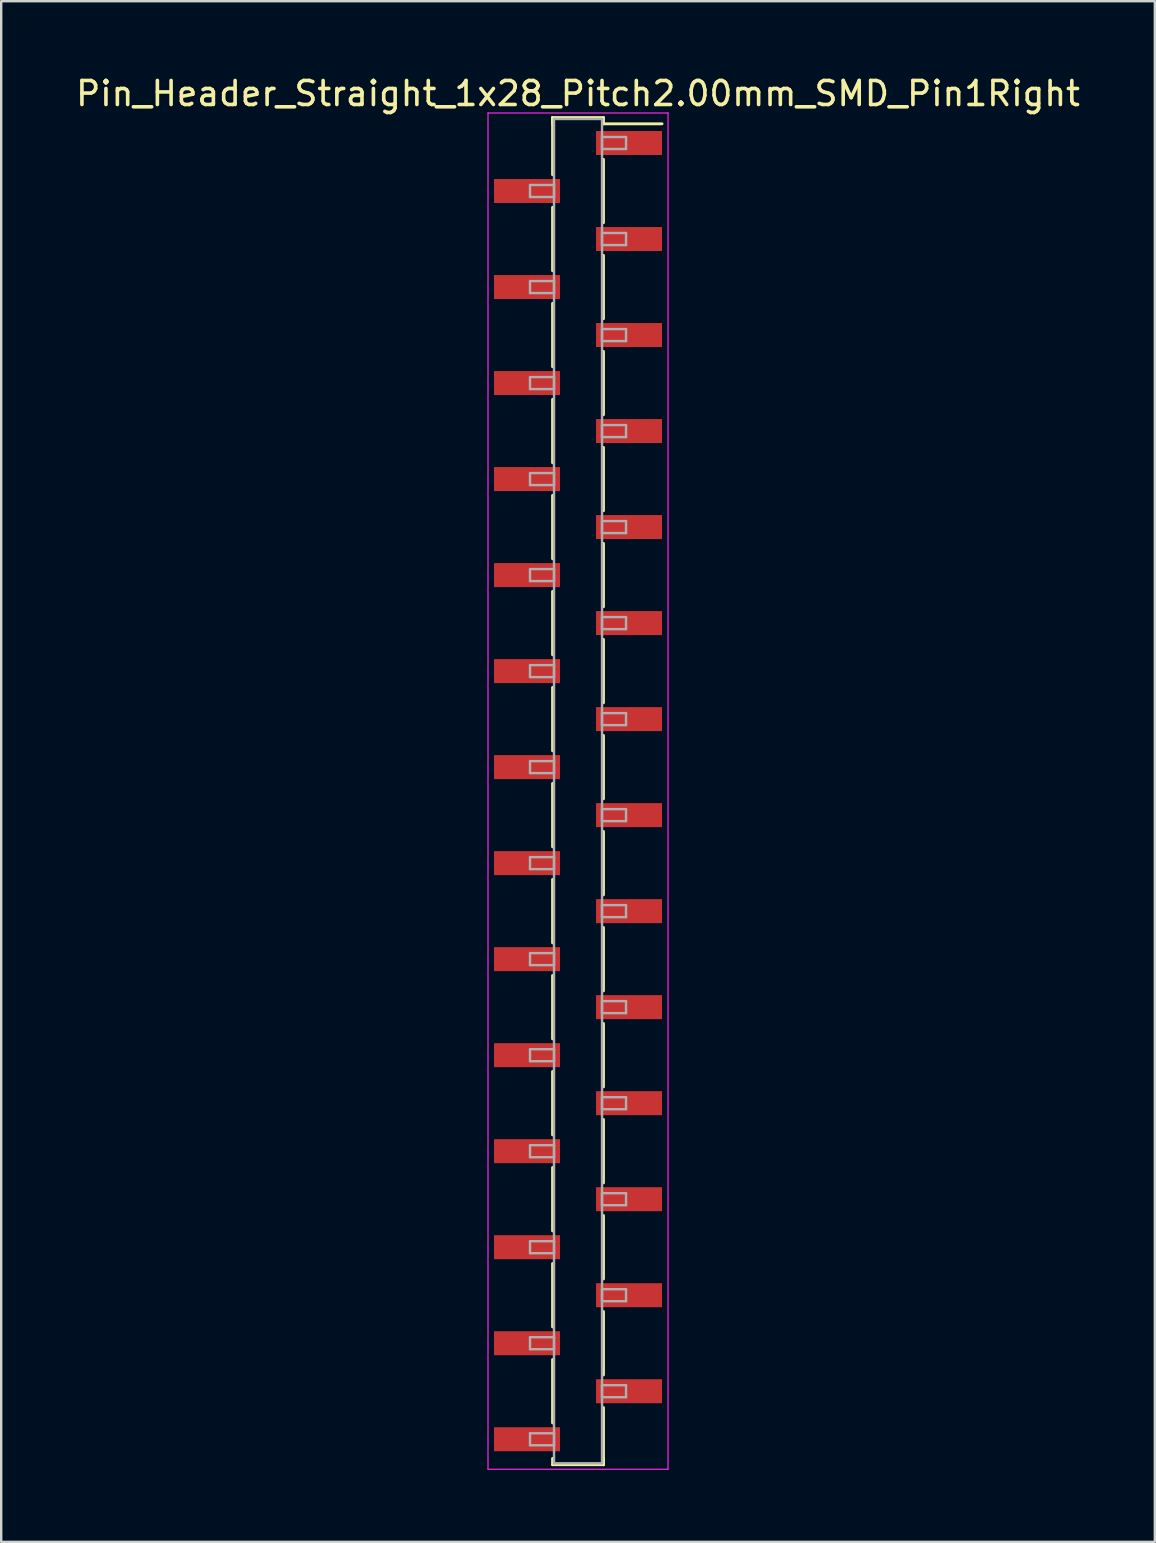
<source format=kicad_pcb>
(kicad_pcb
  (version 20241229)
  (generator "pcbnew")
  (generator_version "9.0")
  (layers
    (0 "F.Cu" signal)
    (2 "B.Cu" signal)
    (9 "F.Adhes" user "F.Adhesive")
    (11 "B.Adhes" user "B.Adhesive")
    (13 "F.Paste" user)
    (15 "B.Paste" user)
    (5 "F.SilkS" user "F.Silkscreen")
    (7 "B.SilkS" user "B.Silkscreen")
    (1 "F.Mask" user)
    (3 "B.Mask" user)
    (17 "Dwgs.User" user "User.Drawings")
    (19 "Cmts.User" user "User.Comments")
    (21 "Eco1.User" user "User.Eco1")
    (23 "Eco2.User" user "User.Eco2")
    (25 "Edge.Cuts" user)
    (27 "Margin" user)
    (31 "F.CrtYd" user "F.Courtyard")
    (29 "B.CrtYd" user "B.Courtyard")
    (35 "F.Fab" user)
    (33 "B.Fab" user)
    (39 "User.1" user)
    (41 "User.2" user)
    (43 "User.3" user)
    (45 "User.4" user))
  (footprint "Pin_Header_Straight_1x28_Pitch2.00mm_SMD_Pin1Right"
    (layer "F.Cu")
    (at 21.03 29.908)
    (property "Reference" "Pin_Header_Straight_1x28_Pitch2.00mm_SMD_Pin1Right" (at 0 -29.06 0) (layer "F.SilkS") (effects (font (size 1 1) (thickness 0.15))))
    (attr smd)
    (fp_line (start -1.06 -28.06) (end -1.06 -25.68) (stroke (width 0.12) (type solid)) (layer "F.SilkS"))
    (fp_line (start -1.06 -28.06) (end 1.06 -28.06) (stroke (width 0.12) (type solid)) (layer "F.SilkS"))
    (fp_line (start -1.06 -27.8) (end -1.06 -28.06) (stroke (width 0.12) (type solid)) (layer "F.SilkS"))
    (fp_line (start -1.06 -24.32) (end -1.06 -21.68) (stroke (width 0.12) (type solid)) (layer "F.SilkS"))
    (fp_line (start -1.06 -20.32) (end -1.06 -17.68) (stroke (width 0.12) (type solid)) (layer "F.SilkS"))
    (fp_line (start -1.06 -16.32) (end -1.06 -13.68) (stroke (width 0.12) (type solid)) (layer "F.SilkS"))
    (fp_line (start -1.06 -12.32) (end -1.06 -9.68) (stroke (width 0.12) (type solid)) (layer "F.SilkS"))
    (fp_line (start -1.06 -8.32) (end -1.06 -5.68) (stroke (width 0.12) (type solid)) (layer "F.SilkS"))
    (fp_line (start -1.06 -4.32) (end -1.06 -1.68) (stroke (width 0.12) (type solid)) (layer "F.SilkS"))
    (fp_line (start -1.06 -0.32) (end -1.06 2.32) (stroke (width 0.12) (type solid)) (layer "F.SilkS"))
    (fp_line (start -1.06 3.68) (end -1.06 6.32) (stroke (width 0.12) (type solid)) (layer "F.SilkS"))
    (fp_line (start -1.06 7.68) (end -1.06 10.32) (stroke (width 0.12) (type solid)) (layer "F.SilkS"))
    (fp_line (start -1.06 11.68) (end -1.06 14.32) (stroke (width 0.12) (type solid)) (layer "F.SilkS"))
    (fp_line (start -1.06 15.68) (end -1.06 18.32) (stroke (width 0.12) (type solid)) (layer "F.SilkS"))
    (fp_line (start -1.06 19.68) (end -1.06 22.32) (stroke (width 0.12) (type solid)) (layer "F.SilkS"))
    (fp_line (start -1.06 23.68) (end -1.06 26.32) (stroke (width 0.12) (type solid)) (layer "F.SilkS"))
    (fp_line (start -1.06 27.8) (end -1.06 28.06) (stroke (width 0.12) (type solid)) (layer "F.SilkS"))
    (fp_line (start -1.06 28.06) (end 1.06 28.06) (stroke (width 0.12) (type solid)) (layer "F.SilkS"))
    (fp_line (start 1.06 -28.06) (end 1.06 -27.8) (stroke (width 0.12) (type solid)) (layer "F.SilkS"))
    (fp_line (start 1.06 -27.8) (end 3.5 -27.8) (stroke (width 0.12) (type solid)) (layer "F.SilkS"))
    (fp_line (start 1.06 -26.32) (end 1.06 -23.68) (stroke (width 0.12) (type solid)) (layer "F.SilkS"))
    (fp_line (start 1.06 -22.32) (end 1.06 -19.68) (stroke (width 0.12) (type solid)) (layer "F.SilkS"))
    (fp_line (start 1.06 -18.32) (end 1.06 -15.68) (stroke (width 0.12) (type solid)) (layer "F.SilkS"))
    (fp_line (start 1.06 -14.32) (end 1.06 -11.68) (stroke (width 0.12) (type solid)) (layer "F.SilkS"))
    (fp_line (start 1.06 -10.32) (end 1.06 -7.68) (stroke (width 0.12) (type solid)) (layer "F.SilkS"))
    (fp_line (start 1.06 -6.32) (end 1.06 -3.68) (stroke (width 0.12) (type solid)) (layer "F.SilkS"))
    (fp_line (start 1.06 -2.32) (end 1.06 0.32) (stroke (width 0.12) (type solid)) (layer "F.SilkS"))
    (fp_line (start 1.06 1.68) (end 1.06 4.32) (stroke (width 0.12) (type solid)) (layer "F.SilkS"))
    (fp_line (start 1.06 5.68) (end 1.06 8.32) (stroke (width 0.12) (type solid)) (layer "F.SilkS"))
    (fp_line (start 1.06 9.68) (end 1.06 12.32) (stroke (width 0.12) (type solid)) (layer "F.SilkS"))
    (fp_line (start 1.06 13.68) (end 1.06 16.32) (stroke (width 0.12) (type solid)) (layer "F.SilkS"))
    (fp_line (start 1.06 17.68) (end 1.06 20.32) (stroke (width 0.12) (type solid)) (layer "F.SilkS"))
    (fp_line (start 1.06 21.68) (end 1.06 24.32) (stroke (width 0.12) (type solid)) (layer "F.SilkS"))
    (fp_line (start 1.06 25.68) (end 1.06 28.06) (stroke (width 0.12) (type solid)) (layer "F.SilkS"))
    (fp_line (start 1.06 28.06) (end 1.06 27.8) (stroke (width 0.12) (type solid)) (layer "F.SilkS"))
    (fp_line (start -3.75 -28.25) (end -3.75 28.25) (stroke (width 0.05) (type solid)) (layer "F.CrtYd"))
    (fp_line (start -3.75 28.25) (end 3.75 28.25) (stroke (width 0.05) (type solid)) (layer "F.CrtYd"))
    (fp_line (start 3.75 -28.25) (end -3.75 -28.25) (stroke (width 0.05) (type solid)) (layer "F.CrtYd"))
    (fp_line (start 3.75 28.25) (end 3.75 -28.25) (stroke (width 0.05) (type solid)) (layer "F.CrtYd"))
    (fp_line (start -2 -25.25) (end -1 -25.25) (stroke (width 0.1) (type solid)) (layer "F.Fab"))
    (fp_line (start -2 -24.75) (end -2 -25.25) (stroke (width 0.1) (type solid)) (layer "F.Fab"))
    (fp_line (start -2 -21.25) (end -1 -21.25) (stroke (width 0.1) (type solid)) (layer "F.Fab"))
    (fp_line (start -2 -20.75) (end -2 -21.25) (stroke (width 0.1) (type solid)) (layer "F.Fab"))
    (fp_line (start -2 -17.25) (end -1 -17.25) (stroke (width 0.1) (type solid)) (layer "F.Fab"))
    (fp_line (start -2 -16.75) (end -2 -17.25) (stroke (width 0.1) (type solid)) (layer "F.Fab"))
    (fp_line (start -2 -13.25) (end -1 -13.25) (stroke (width 0.1) (type solid)) (layer "F.Fab"))
    (fp_line (start -2 -12.75) (end -2 -13.25) (stroke (width 0.1) (type solid)) (layer "F.Fab"))
    (fp_line (start -2 -9.25) (end -1 -9.25) (stroke (width 0.1) (type solid)) (layer "F.Fab"))
    (fp_line (start -2 -8.75) (end -2 -9.25) (stroke (width 0.1) (type solid)) (layer "F.Fab"))
    (fp_line (start -2 -5.25) (end -1 -5.25) (stroke (width 0.1) (type solid)) (layer "F.Fab"))
    (fp_line (start -2 -4.75) (end -2 -5.25) (stroke (width 0.1) (type solid)) (layer "F.Fab"))
    (fp_line (start -2 -1.25) (end -1 -1.25) (stroke (width 0.1) (type solid)) (layer "F.Fab"))
    (fp_line (start -2 -0.75) (end -2 -1.25) (stroke (width 0.1) (type solid)) (layer "F.Fab"))
    (fp_line (start -2 2.75) (end -1 2.75) (stroke (width 0.1) (type solid)) (layer "F.Fab"))
    (fp_line (start -2 3.25) (end -2 2.75) (stroke (width 0.1) (type solid)) (layer "F.Fab"))
    (fp_line (start -2 6.75) (end -1 6.75) (stroke (width 0.1) (type solid)) (layer "F.Fab"))
    (fp_line (start -2 7.25) (end -2 6.75) (stroke (width 0.1) (type solid)) (layer "F.Fab"))
    (fp_line (start -2 10.75) (end -1 10.75) (stroke (width 0.1) (type solid)) (layer "F.Fab"))
    (fp_line (start -2 11.25) (end -2 10.75) (stroke (width 0.1) (type solid)) (layer "F.Fab"))
    (fp_line (start -2 14.75) (end -1 14.75) (stroke (width 0.1) (type solid)) (layer "F.Fab"))
    (fp_line (start -2 15.25) (end -2 14.75) (stroke (width 0.1) (type solid)) (layer "F.Fab"))
    (fp_line (start -2 18.75) (end -1 18.75) (stroke (width 0.1) (type solid)) (layer "F.Fab"))
    (fp_line (start -2 19.25) (end -2 18.75) (stroke (width 0.1) (type solid)) (layer "F.Fab"))
    (fp_line (start -2 22.75) (end -1 22.75) (stroke (width 0.1) (type solid)) (layer "F.Fab"))
    (fp_line (start -2 23.25) (end -2 22.75) (stroke (width 0.1) (type solid)) (layer "F.Fab"))
    (fp_line (start -2 26.75) (end -1 26.75) (stroke (width 0.1) (type solid)) (layer "F.Fab"))
    (fp_line (start -2 27.25) (end -2 26.75) (stroke (width 0.1) (type solid)) (layer "F.Fab"))
    (fp_line (start -1 -28) (end -1 28) (stroke (width 0.1) (type solid)) (layer "F.Fab"))
    (fp_line (start -1 -25.25) (end -1 -24.75) (stroke (width 0.1) (type solid)) (layer "F.Fab"))
    (fp_line (start -1 -24.75) (end -2 -24.75) (stroke (width 0.1) (type solid)) (layer "F.Fab"))
    (fp_line (start -1 -21.25) (end -1 -20.75) (stroke (width 0.1) (type solid)) (layer "F.Fab"))
    (fp_line (start -1 -20.75) (end -2 -20.75) (stroke (width 0.1) (type solid)) (layer "F.Fab"))
    (fp_line (start -1 -17.25) (end -1 -16.75) (stroke (width 0.1) (type solid)) (layer "F.Fab"))
    (fp_line (start -1 -16.75) (end -2 -16.75) (stroke (width 0.1) (type solid)) (layer "F.Fab"))
    (fp_line (start -1 -13.25) (end -1 -12.75) (stroke (width 0.1) (type solid)) (layer "F.Fab"))
    (fp_line (start -1 -12.75) (end -2 -12.75) (stroke (width 0.1) (type solid)) (layer "F.Fab"))
    (fp_line (start -1 -9.25) (end -1 -8.75) (stroke (width 0.1) (type solid)) (layer "F.Fab"))
    (fp_line (start -1 -8.75) (end -2 -8.75) (stroke (width 0.1) (type solid)) (layer "F.Fab"))
    (fp_line (start -1 -5.25) (end -1 -4.75) (stroke (width 0.1) (type solid)) (layer "F.Fab"))
    (fp_line (start -1 -4.75) (end -2 -4.75) (stroke (width 0.1) (type solid)) (layer "F.Fab"))
    (fp_line (start -1 -1.25) (end -1 -0.75) (stroke (width 0.1) (type solid)) (layer "F.Fab"))
    (fp_line (start -1 -0.75) (end -2 -0.75) (stroke (width 0.1) (type solid)) (layer "F.Fab"))
    (fp_line (start -1 2.75) (end -1 3.25) (stroke (width 0.1) (type solid)) (layer "F.Fab"))
    (fp_line (start -1 3.25) (end -2 3.25) (stroke (width 0.1) (type solid)) (layer "F.Fab"))
    (fp_line (start -1 6.75) (end -1 7.25) (stroke (width 0.1) (type solid)) (layer "F.Fab"))
    (fp_line (start -1 7.25) (end -2 7.25) (stroke (width 0.1) (type solid)) (layer "F.Fab"))
    (fp_line (start -1 10.75) (end -1 11.25) (stroke (width 0.1) (type solid)) (layer "F.Fab"))
    (fp_line (start -1 11.25) (end -2 11.25) (stroke (width 0.1) (type solid)) (layer "F.Fab"))
    (fp_line (start -1 14.75) (end -1 15.25) (stroke (width 0.1) (type solid)) (layer "F.Fab"))
    (fp_line (start -1 15.25) (end -2 15.25) (stroke (width 0.1) (type solid)) (layer "F.Fab"))
    (fp_line (start -1 18.75) (end -1 19.25) (stroke (width 0.1) (type solid)) (layer "F.Fab"))
    (fp_line (start -1 19.25) (end -2 19.25) (stroke (width 0.1) (type solid)) (layer "F.Fab"))
    (fp_line (start -1 22.75) (end -1 23.25) (stroke (width 0.1) (type solid)) (layer "F.Fab"))
    (fp_line (start -1 23.25) (end -2 23.25) (stroke (width 0.1) (type solid)) (layer "F.Fab"))
    (fp_line (start -1 26.75) (end -1 27.25) (stroke (width 0.1) (type solid)) (layer "F.Fab"))
    (fp_line (start -1 27.25) (end -2 27.25) (stroke (width 0.1) (type solid)) (layer "F.Fab"))
    (fp_line (start -1 28) (end 1 28) (stroke (width 0.1) (type solid)) (layer "F.Fab"))
    (fp_line (start 1 -28) (end -1 -28) (stroke (width 0.1) (type solid)) (layer "F.Fab"))
    (fp_line (start 1 -27.25) (end 1 -26.75) (stroke (width 0.1) (type solid)) (layer "F.Fab"))
    (fp_line (start 1 -26.75) (end 2 -26.75) (stroke (width 0.1) (type solid)) (layer "F.Fab"))
    (fp_line (start 1 -23.25) (end 1 -22.75) (stroke (width 0.1) (type solid)) (layer "F.Fab"))
    (fp_line (start 1 -22.75) (end 2 -22.75) (stroke (width 0.1) (type solid)) (layer "F.Fab"))
    (fp_line (start 1 -19.25) (end 1 -18.75) (stroke (width 0.1) (type solid)) (layer "F.Fab"))
    (fp_line (start 1 -18.75) (end 2 -18.75) (stroke (width 0.1) (type solid)) (layer "F.Fab"))
    (fp_line (start 1 -15.25) (end 1 -14.75) (stroke (width 0.1) (type solid)) (layer "F.Fab"))
    (fp_line (start 1 -14.75) (end 2 -14.75) (stroke (width 0.1) (type solid)) (layer "F.Fab"))
    (fp_line (start 1 -11.25) (end 1 -10.75) (stroke (width 0.1) (type solid)) (layer "F.Fab"))
    (fp_line (start 1 -10.75) (end 2 -10.75) (stroke (width 0.1) (type solid)) (layer "F.Fab"))
    (fp_line (start 1 -7.25) (end 1 -6.75) (stroke (width 0.1) (type solid)) (layer "F.Fab"))
    (fp_line (start 1 -6.75) (end 2 -6.75) (stroke (width 0.1) (type solid)) (layer "F.Fab"))
    (fp_line (start 1 -3.25) (end 1 -2.75) (stroke (width 0.1) (type solid)) (layer "F.Fab"))
    (fp_line (start 1 -2.75) (end 2 -2.75) (stroke (width 0.1) (type solid)) (layer "F.Fab"))
    (fp_line (start 1 0.75) (end 1 1.25) (stroke (width 0.1) (type solid)) (layer "F.Fab"))
    (fp_line (start 1 1.25) (end 2 1.25) (stroke (width 0.1) (type solid)) (layer "F.Fab"))
    (fp_line (start 1 4.75) (end 1 5.25) (stroke (width 0.1) (type solid)) (layer "F.Fab"))
    (fp_line (start 1 5.25) (end 2 5.25) (stroke (width 0.1) (type solid)) (layer "F.Fab"))
    (fp_line (start 1 8.75) (end 1 9.25) (stroke (width 0.1) (type solid)) (layer "F.Fab"))
    (fp_line (start 1 9.25) (end 2 9.25) (stroke (width 0.1) (type solid)) (layer "F.Fab"))
    (fp_line (start 1 12.75) (end 1 13.25) (stroke (width 0.1) (type solid)) (layer "F.Fab"))
    (fp_line (start 1 13.25) (end 2 13.25) (stroke (width 0.1) (type solid)) (layer "F.Fab"))
    (fp_line (start 1 16.75) (end 1 17.25) (stroke (width 0.1) (type solid)) (layer "F.Fab"))
    (fp_line (start 1 17.25) (end 2 17.25) (stroke (width 0.1) (type solid)) (layer "F.Fab"))
    (fp_line (start 1 20.75) (end 1 21.25) (stroke (width 0.1) (type solid)) (layer "F.Fab"))
    (fp_line (start 1 21.25) (end 2 21.25) (stroke (width 0.1) (type solid)) (layer "F.Fab"))
    (fp_line (start 1 24.75) (end 1 25.25) (stroke (width 0.1) (type solid)) (layer "F.Fab"))
    (fp_line (start 1 25.25) (end 2 25.25) (stroke (width 0.1) (type solid)) (layer "F.Fab"))
    (fp_line (start 1 28) (end 1 -28) (stroke (width 0.1) (type solid)) (layer "F.Fab"))
    (fp_line (start 2 -27.25) (end 1 -27.25) (stroke (width 0.1) (type solid)) (layer "F.Fab"))
    (fp_line (start 2 -26.75) (end 2 -27.25) (stroke (width 0.1) (type solid)) (layer "F.Fab"))
    (fp_line (start 2 -23.25) (end 1 -23.25) (stroke (width 0.1) (type solid)) (layer "F.Fab"))
    (fp_line (start 2 -22.75) (end 2 -23.25) (stroke (width 0.1) (type solid)) (layer "F.Fab"))
    (fp_line (start 2 -19.25) (end 1 -19.25) (stroke (width 0.1) (type solid)) (layer "F.Fab"))
    (fp_line (start 2 -18.75) (end 2 -19.25) (stroke (width 0.1) (type solid)) (layer "F.Fab"))
    (fp_line (start 2 -15.25) (end 1 -15.25) (stroke (width 0.1) (type solid)) (layer "F.Fab"))
    (fp_line (start 2 -14.75) (end 2 -15.25) (stroke (width 0.1) (type solid)) (layer "F.Fab"))
    (fp_line (start 2 -11.25) (end 1 -11.25) (stroke (width 0.1) (type solid)) (layer "F.Fab"))
    (fp_line (start 2 -10.75) (end 2 -11.25) (stroke (width 0.1) (type solid)) (layer "F.Fab"))
    (fp_line (start 2 -7.25) (end 1 -7.25) (stroke (width 0.1) (type solid)) (layer "F.Fab"))
    (fp_line (start 2 -6.75) (end 2 -7.25) (stroke (width 0.1) (type solid)) (layer "F.Fab"))
    (fp_line (start 2 -3.25) (end 1 -3.25) (stroke (width 0.1) (type solid)) (layer "F.Fab"))
    (fp_line (start 2 -2.75) (end 2 -3.25) (stroke (width 0.1) (type solid)) (layer "F.Fab"))
    (fp_line (start 2 0.75) (end 1 0.75) (stroke (width 0.1) (type solid)) (layer "F.Fab"))
    (fp_line (start 2 1.25) (end 2 0.75) (stroke (width 0.1) (type solid)) (layer "F.Fab"))
    (fp_line (start 2 4.75) (end 1 4.75) (stroke (width 0.1) (type solid)) (layer "F.Fab"))
    (fp_line (start 2 5.25) (end 2 4.75) (stroke (width 0.1) (type solid)) (layer "F.Fab"))
    (fp_line (start 2 8.75) (end 1 8.75) (stroke (width 0.1) (type solid)) (layer "F.Fab"))
    (fp_line (start 2 9.25) (end 2 8.75) (stroke (width 0.1) (type solid)) (layer "F.Fab"))
    (fp_line (start 2 12.75) (end 1 12.75) (stroke (width 0.1) (type solid)) (layer "F.Fab"))
    (fp_line (start 2 13.25) (end 2 12.75) (stroke (width 0.1) (type solid)) (layer "F.Fab"))
    (fp_line (start 2 16.75) (end 1 16.75) (stroke (width 0.1) (type solid)) (layer "F.Fab"))
    (fp_line (start 2 17.25) (end 2 16.75) (stroke (width 0.1) (type solid)) (layer "F.Fab"))
    (fp_line (start 2 20.75) (end 1 20.75) (stroke (width 0.1) (type solid)) (layer "F.Fab"))
    (fp_line (start 2 21.25) (end 2 20.75) (stroke (width 0.1) (type solid)) (layer "F.Fab"))
    (fp_line (start 2 24.75) (end 1 24.75) (stroke (width 0.1) (type solid)) (layer "F.Fab"))
    (fp_line (start 2 25.25) (end 2 24.75) (stroke (width 0.1) (type solid)) (layer "F.Fab"))
    (pad "1" smd rect (at 2.125 -27) (size 2.75 1) (layers "F.Cu" "F.Mask"))
    (pad "2" smd rect (at -2.125 -25) (size 2.75 1) (layers "F.Cu" "F.Mask"))
    (pad "3" smd rect (at 2.125 -23) (size 2.75 1) (layers "F.Cu" "F.Mask"))
    (pad "4" smd rect (at -2.125 -21) (size 2.75 1) (layers "F.Cu" "F.Mask"))
    (pad "5" smd rect (at 2.125 -19) (size 2.75 1) (layers "F.Cu" "F.Mask"))
    (pad "6" smd rect (at -2.125 -17) (size 2.75 1) (layers "F.Cu" "F.Mask"))
    (pad "7" smd rect (at 2.125 -15) (size 2.75 1) (layers "F.Cu" "F.Mask"))
    (pad "8" smd rect (at -2.125 -13) (size 2.75 1) (layers "F.Cu" "F.Mask"))
    (pad "9" smd rect (at 2.125 -11) (size 2.75 1) (layers "F.Cu" "F.Mask"))
    (pad "10" smd rect (at -2.125 -9) (size 2.75 1) (layers "F.Cu" "F.Mask"))
    (pad "11" smd rect (at 2.125 -7) (size 2.75 1) (layers "F.Cu" "F.Mask"))
    (pad "12" smd rect (at -2.125 -5) (size 2.75 1) (layers "F.Cu" "F.Mask"))
    (pad "13" smd rect (at 2.125 -3) (size 2.75 1) (layers "F.Cu" "F.Mask"))
    (pad "14" smd rect (at -2.125 -1) (size 2.75 1) (layers "F.Cu" "F.Mask"))
    (pad "15" smd rect (at 2.125 1) (size 2.75 1) (layers "F.Cu" "F.Mask"))
    (pad "16" smd rect (at -2.125 3) (size 2.75 1) (layers "F.Cu" "F.Mask"))
    (pad "17" smd rect (at 2.125 5) (size 2.75 1) (layers "F.Cu" "F.Mask"))
    (pad "18" smd rect (at -2.125 7) (size 2.75 1) (layers "F.Cu" "F.Mask"))
    (pad "19" smd rect (at 2.125 9) (size 2.75 1) (layers "F.Cu" "F.Mask"))
    (pad "20" smd rect (at -2.125 11) (size 2.75 1) (layers "F.Cu" "F.Mask"))
    (pad "21" smd rect (at 2.125 13) (size 2.75 1) (layers "F.Cu" "F.Mask"))
    (pad "22" smd rect (at -2.125 15) (size 2.75 1) (layers "F.Cu" "F.Mask"))
    (pad "23" smd rect (at 2.125 17) (size 2.75 1) (layers "F.Cu" "F.Mask"))
    (pad "24" smd rect (at -2.125 19) (size 2.75 1) (layers "F.Cu" "F.Mask"))
    (pad "25" smd rect (at 2.125 21) (size 2.75 1) (layers "F.Cu" "F.Mask"))
    (pad "26" smd rect (at -2.125 23) (size 2.75 1) (layers "F.Cu" "F.Mask"))
    (pad "27" smd rect (at 2.125 25) (size 2.75 1) (layers "F.Cu" "F.Mask"))
    (pad "28" smd rect (at -2.125 27) (size 2.75 1) (layers "F.Cu" "F.Mask")))
  (gr_rect
    (start -3 -3)
    (end 45.06 61.183)
    (stroke (width 0.1) (type default))
    (fill no)
    (layer "Edge.Cuts")))
</source>
